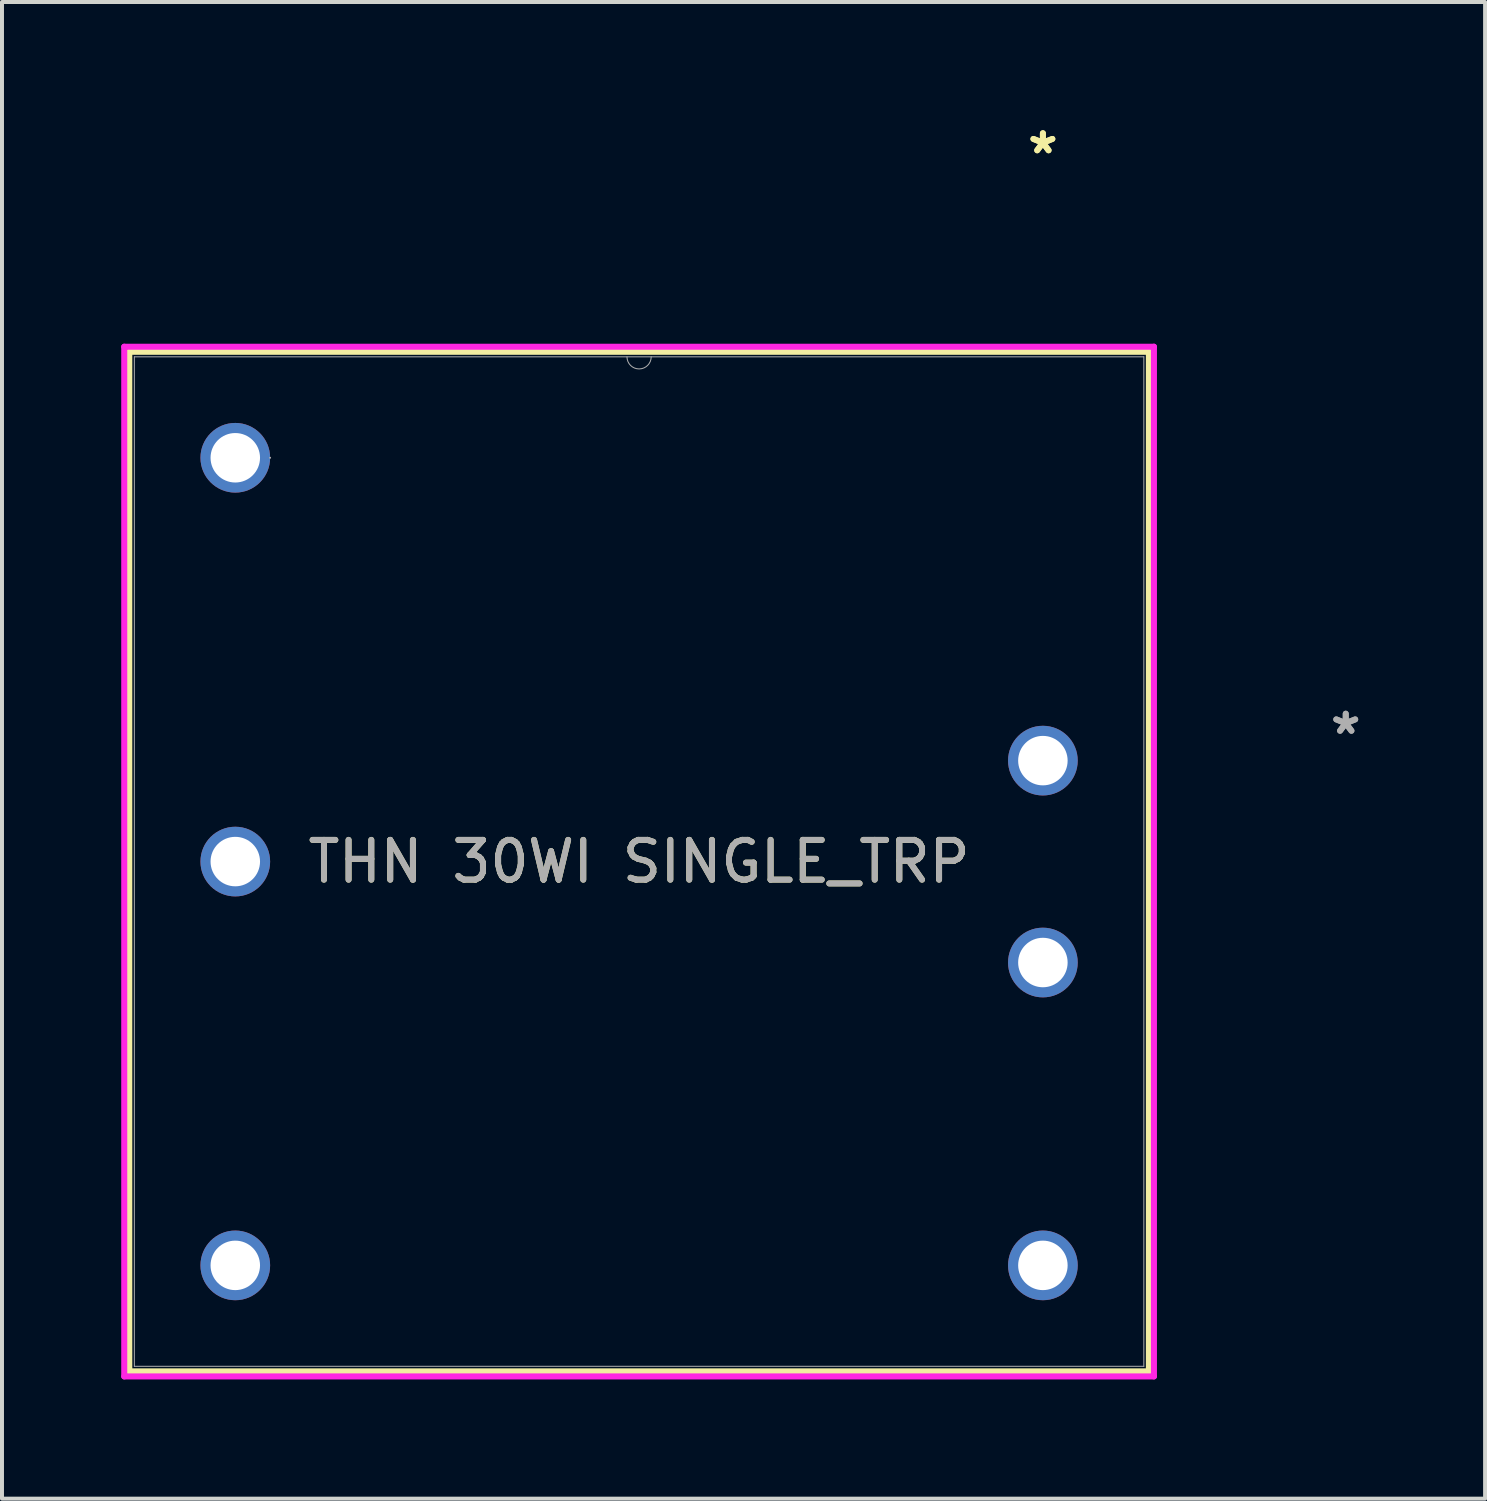
<source format=kicad_pcb>
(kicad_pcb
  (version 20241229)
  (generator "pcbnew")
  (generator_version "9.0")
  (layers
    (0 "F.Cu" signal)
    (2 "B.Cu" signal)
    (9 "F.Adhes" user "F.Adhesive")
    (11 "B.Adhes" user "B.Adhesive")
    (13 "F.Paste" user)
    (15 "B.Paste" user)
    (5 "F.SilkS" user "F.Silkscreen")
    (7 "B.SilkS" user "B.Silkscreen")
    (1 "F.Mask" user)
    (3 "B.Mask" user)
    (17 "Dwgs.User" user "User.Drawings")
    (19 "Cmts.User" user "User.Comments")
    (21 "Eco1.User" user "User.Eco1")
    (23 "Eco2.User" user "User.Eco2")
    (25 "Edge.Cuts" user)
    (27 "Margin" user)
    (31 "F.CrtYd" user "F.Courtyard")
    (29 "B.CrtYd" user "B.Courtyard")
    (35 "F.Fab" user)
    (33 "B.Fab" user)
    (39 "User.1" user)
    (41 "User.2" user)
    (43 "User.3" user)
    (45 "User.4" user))
  (footprint "THN 30WI SINGLE_TRP"
    (layer "F.Cu")
    (at 23.19 16.088)
    (property "Reference" "THN 30WI SINGLE_TRP" (at -10.16 2.54 0) (unlocked yes) (layer "F.SilkS") (effects (font (size 1 1) (thickness 0.15))))
    (attr through_hole)
    (fp_line (start -22.987 -10.287) (end -22.987 15.367) (stroke (width 0.152) (type solid)) (layer "F.SilkS"))
    (fp_line (start -22.987 15.367) (end 2.667 15.367) (stroke (width 0.152) (type solid)) (layer "F.SilkS"))
    (fp_line (start 2.667 -10.287) (end -22.987 -10.287) (stroke (width 0.152) (type solid)) (layer "F.SilkS"))
    (fp_line (start 2.667 15.367) (end 2.667 -10.287) (stroke (width 0.152) (type solid)) (layer "F.SilkS"))
    (fp_line (start -23.114 -10.414) (end 2.794 -10.414) (stroke (width 0.152) (type solid)) (layer "F.CrtYd"))
    (fp_line (start -23.114 15.494) (end -23.114 -10.414) (stroke (width 0.152) (type solid)) (layer "F.CrtYd"))
    (fp_line (start 2.794 -10.414) (end 2.794 15.494) (stroke (width 0.152) (type solid)) (layer "F.CrtYd"))
    (fp_line (start 2.794 15.494) (end -23.114 15.494) (stroke (width 0.152) (type solid)) (layer "F.CrtYd"))
    (fp_line (start -22.86 -10.16) (end -22.86 15.24) (stroke (width 0.025) (type solid)) (layer "F.Fab"))
    (fp_line (start -22.86 15.24) (end 2.54 15.24) (stroke (width 0.025) (type solid)) (layer "F.Fab"))
    (fp_line (start 2.54 -10.16) (end -22.86 -10.16) (stroke (width 0.025) (type solid)) (layer "F.Fab"))
    (fp_line (start 2.54 15.24) (end 2.54 -10.16) (stroke (width 0.025) (type solid)) (layer "F.Fab"))
    (fp_arc (start -9.8552 -10.16) (mid -10.16 -9.8552) (end -10.4648 -10.16) (stroke (width 0.0254) (type solid)) (layer "F.Fab"))
    (fp_circle (center -19.444 -7.62) (end -19.444 -7.62) (stroke (width 0.025) (type solid)) (fill no) (layer "F.Fab"))
    (fp_text user "*" (at 0 -15.24 0) (unlocked yes) (layer "F.SilkS") (effects (font (size 1 1) (thickness 0.15))))
    (fp_text user "*" (at 0 -15.24 0) (layer "F.SilkS") (effects (font (size 1 1) (thickness 0.15))))
    (fp_text user "${REFERENCE}" (at -10.16 2.54 0) (unlocked yes) (layer "F.Fab") (effects (font (size 1 1) (thickness 0.15))))
    (fp_text user "*" (at 7.62 -0.635 0) (layer "F.Fab") (effects (font (size 1 1) (thickness 0.15))))
    (fp_text user "*" (at 7.62 -0.635 0) (unlocked yes) (layer "F.Fab") (effects (font (size 1 1) (thickness 0.15))))
    (pad "1" thru_hole circle (at 0 0) (size 1.753 1.753) (drill 1.245) (layers "*.Cu" "*.Mask"))
    (pad "2" thru_hole circle (at 0 5.08) (size 1.753 1.753) (drill 1.245) (layers "*.Cu" "*.Mask"))
    (pad "3" thru_hole circle (at -20.32 -7.62) (size 1.753 1.753) (drill 1.245) (layers "*.Cu" "*.Mask"))
    (pad "4" thru_hole circle (at -20.32 2.54) (size 1.753 1.753) (drill 1.245) (layers "*.Cu" "*.Mask"))
    (pad "5" thru_hole circle (at -20.32 12.7) (size 1.753 1.753) (drill 1.245) (layers "*.Cu" "*.Mask"))
    (pad "6" thru_hole circle (at 0 12.7) (size 1.753 1.753) (drill 1.245) (layers "*.Cu" "*.Mask")))
  (gr_rect
    (start -3 -3)
    (end 34.316 34.658)
    (stroke (width 0.1) (type default))
    (fill no)
    (layer "Edge.Cuts")))
</source>
